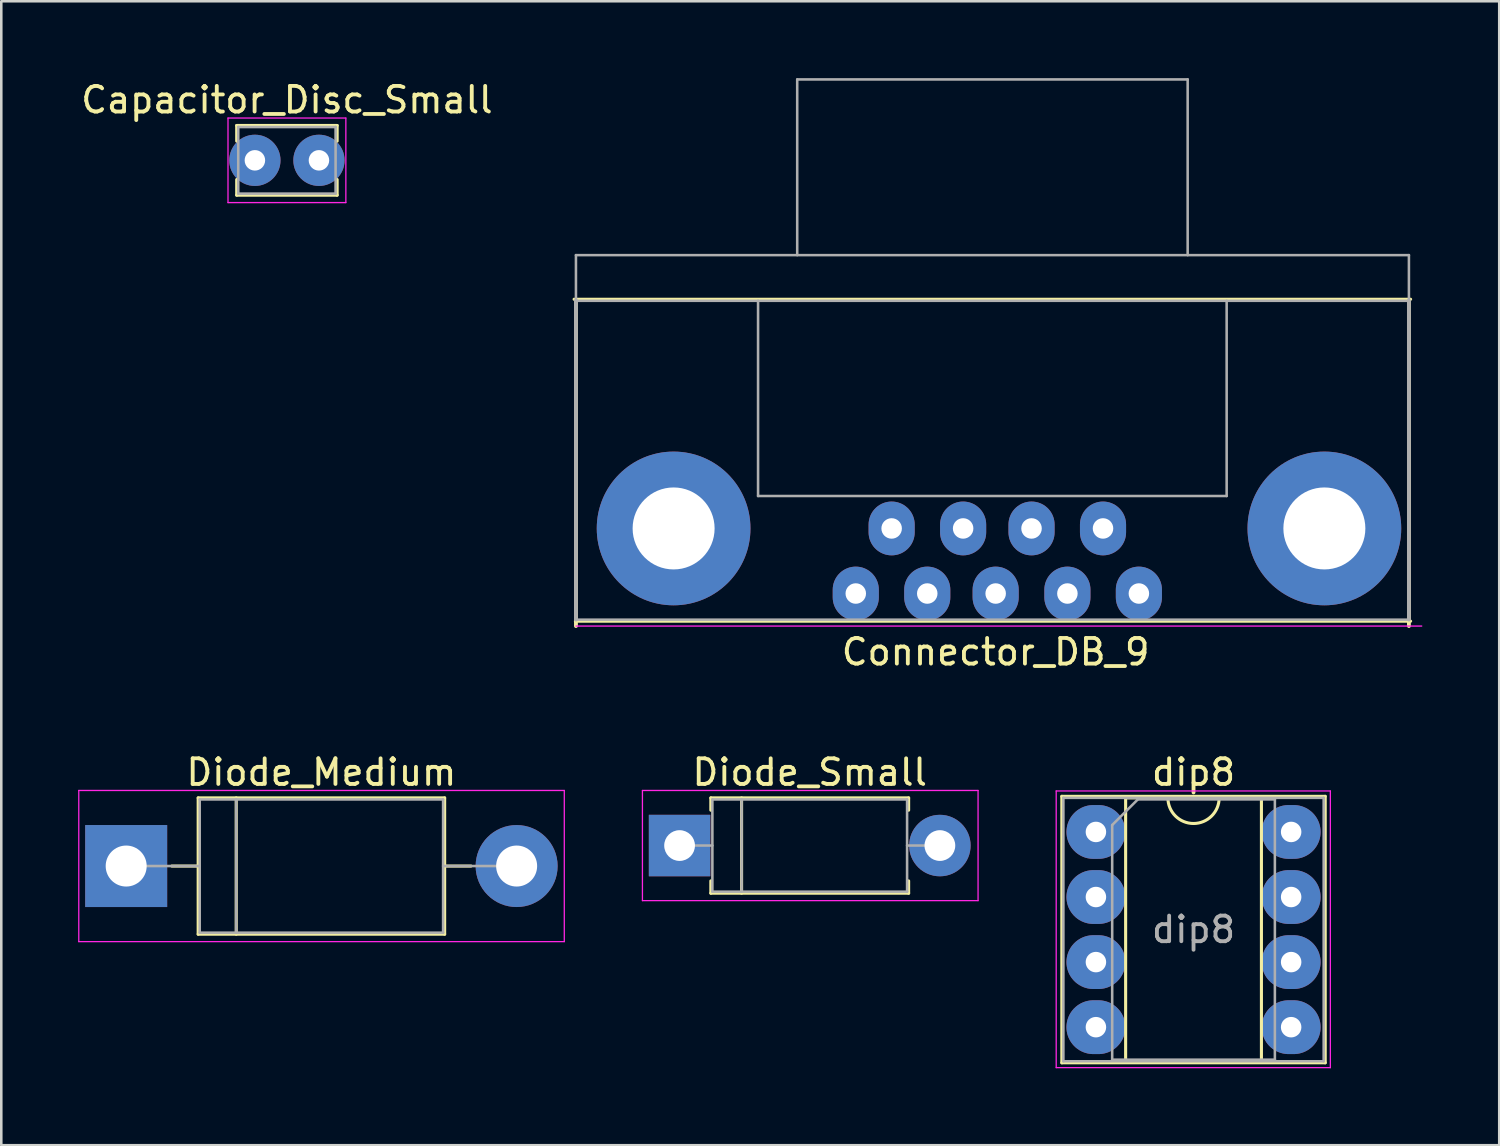
<source format=kicad_pcb>
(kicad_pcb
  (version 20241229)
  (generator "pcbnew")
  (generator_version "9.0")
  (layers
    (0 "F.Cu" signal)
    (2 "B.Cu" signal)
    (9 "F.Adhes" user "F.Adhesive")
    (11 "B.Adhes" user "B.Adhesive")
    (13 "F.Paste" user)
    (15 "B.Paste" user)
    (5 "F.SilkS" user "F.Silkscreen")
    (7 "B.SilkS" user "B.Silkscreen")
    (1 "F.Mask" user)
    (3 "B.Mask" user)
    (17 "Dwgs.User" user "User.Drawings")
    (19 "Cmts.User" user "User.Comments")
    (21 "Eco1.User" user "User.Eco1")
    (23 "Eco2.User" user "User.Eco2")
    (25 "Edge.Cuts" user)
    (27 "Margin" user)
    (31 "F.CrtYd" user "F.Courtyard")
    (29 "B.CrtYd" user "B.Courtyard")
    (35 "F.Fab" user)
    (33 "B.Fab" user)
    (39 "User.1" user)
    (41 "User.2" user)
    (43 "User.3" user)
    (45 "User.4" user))
  (footprint "Diode_Medium"
    (layer "F.Cu")
    (at 1.875 30.753)
    (property "Reference" "Diode_Medium" (at 7.62 -3.66 0) (layer "F.SilkS") (effects (font (size 1 1) (thickness 0.15))))
    (attr through_hole)
    (fp_line (start 1.78 0) (end 2.81 0) (stroke (width 0.12) (type solid)) (layer "F.SilkS"))
    (fp_line (start 2.81 -2.66) (end 2.81 2.66) (stroke (width 0.12) (type solid)) (layer "F.SilkS"))
    (fp_line (start 2.81 2.66) (end 12.43 2.66) (stroke (width 0.12) (type solid)) (layer "F.SilkS"))
    (fp_line (start 4.295 -2.66) (end 4.295 2.66) (stroke (width 0.12) (type solid)) (layer "F.SilkS"))
    (fp_line (start 12.43 -2.66) (end 2.81 -2.66) (stroke (width 0.12) (type solid)) (layer "F.SilkS"))
    (fp_line (start 12.43 2.66) (end 12.43 -2.66) (stroke (width 0.12) (type solid)) (layer "F.SilkS"))
    (fp_line (start 13.46 0) (end 12.43 0) (stroke (width 0.12) (type solid)) (layer "F.SilkS"))
    (fp_line (start -1.85 -2.95) (end -1.85 2.95) (stroke (width 0.05) (type solid)) (layer "F.CrtYd"))
    (fp_line (start -1.85 2.95) (end 17.1 2.95) (stroke (width 0.05) (type solid)) (layer "F.CrtYd"))
    (fp_line (start 17.1 -2.95) (end -1.85 -2.95) (stroke (width 0.05) (type solid)) (layer "F.CrtYd"))
    (fp_line (start 17.1 2.95) (end 17.1 -2.95) (stroke (width 0.05) (type solid)) (layer "F.CrtYd"))
    (fp_line (start 0 0) (end 2.87 0) (stroke (width 0.1) (type solid)) (layer "F.Fab"))
    (fp_line (start 2.87 -2.6) (end 2.87 2.6) (stroke (width 0.1) (type solid)) (layer "F.Fab"))
    (fp_line (start 2.87 2.6) (end 12.37 2.6) (stroke (width 0.1) (type solid)) (layer "F.Fab"))
    (fp_line (start 4.295 -2.6) (end 4.295 2.6) (stroke (width 0.1) (type solid)) (layer "F.Fab"))
    (fp_line (start 12.37 -2.6) (end 2.87 -2.6) (stroke (width 0.1) (type solid)) (layer "F.Fab"))
    (fp_line (start 12.37 2.6) (end 12.37 -2.6) (stroke (width 0.1) (type solid)) (layer "F.Fab"))
    (fp_line (start 15.24 0) (end 12.37 0) (stroke (width 0.1) (type solid)) (layer "F.Fab"))
    (pad "1" thru_hole rect (at 0 0) (size 3.2 3.2) (drill 1.6) (layers "*.Cu" "*.Mask"))
    (pad "2" thru_hole oval (at 15.24 0) (size 3.2 3.2) (drill 1.6) (layers "*.Cu" "*.Mask")))
  (footprint "Capacitor_Disc_Small"
    (layer "F.Cu")
    (at 6.899 3.208)
    (property "Reference" "Capacitor_Disc_Small" (at 1.25 -2.36 0) (layer "F.SilkS") (effects (font (size 1 1) (thickness 0.15))))
    (attr through_hole)
    (fp_line (start -0.71 -1.36) (end -0.71 -0.75) (stroke (width 0.12) (type solid)) (layer "F.SilkS"))
    (fp_line (start -0.71 -1.36) (end 3.21 -1.36) (stroke (width 0.12) (type solid)) (layer "F.SilkS"))
    (fp_line (start -0.71 0.75) (end -0.71 1.36) (stroke (width 0.12) (type solid)) (layer "F.SilkS"))
    (fp_line (start -0.71 1.36) (end 3.21 1.36) (stroke (width 0.12) (type solid)) (layer "F.SilkS"))
    (fp_line (start 3.21 -1.36) (end 3.21 -0.75) (stroke (width 0.12) (type solid)) (layer "F.SilkS"))
    (fp_line (start 3.21 0.75) (end 3.21 1.36) (stroke (width 0.12) (type solid)) (layer "F.SilkS"))
    (fp_line (start -1.05 -1.65) (end -1.05 1.65) (stroke (width 0.05) (type solid)) (layer "F.CrtYd"))
    (fp_line (start -1.05 1.65) (end 3.55 1.65) (stroke (width 0.05) (type solid)) (layer "F.CrtYd"))
    (fp_line (start 3.55 -1.65) (end -1.05 -1.65) (stroke (width 0.05) (type solid)) (layer "F.CrtYd"))
    (fp_line (start 3.55 1.65) (end 3.55 -1.65) (stroke (width 0.05) (type solid)) (layer "F.CrtYd"))
    (fp_line (start -0.65 -1.3) (end -0.65 1.3) (stroke (width 0.1) (type solid)) (layer "F.Fab"))
    (fp_line (start -0.65 1.3) (end 3.15 1.3) (stroke (width 0.1) (type solid)) (layer "F.Fab"))
    (fp_line (start 3.15 -1.3) (end -0.65 -1.3) (stroke (width 0.1) (type solid)) (layer "F.Fab"))
    (fp_line (start 3.15 1.3) (end 3.15 -1.3) (stroke (width 0.1) (type solid)) (layer "F.Fab"))
    (pad "1" thru_hole circle (at 0 0) (size 2 2) (drill 0.8) (layers "*.Cu" "*.Mask"))
    (pad "2" thru_hole circle (at 2.5 0) (size 2 2) (drill 0.8) (layers "*.Cu" "*.Mask")))
  (footprint "Connector_DB_9"
    (layer "F.Cu")
    (at 30.352 20.116)
    (property "Reference" "Connector_DB_9" (at 5.46 2.28 0) (layer "F.SilkS") (effects (font (size 1 1) (thickness 0.15))))
    (attr through_hole)
    (fp_line (start -10.944 1.08) (end 21.656 1.08) (stroke (width 0.12) (type solid)) (layer "F.SilkS"))
    (fp_line (start -10.922 -11.43) (end -10.922 1.27) (stroke (width 0.15) (type solid)) (layer "F.SilkS"))
    (fp_line (start 21.59 -11.43) (end 21.59 1.016) (stroke (width 0.15) (type solid)) (layer "F.SilkS"))
    (fp_line (start 21.59 1.016) (end 21.59 1.27) (stroke (width 0.15) (type solid)) (layer "F.SilkS"))
    (fp_line (start 21.656 -11.486) (end -10.994 -11.486) (stroke (width 0.12) (type solid)) (layer "F.SilkS"))
    (fp_line (start 22.09 1.27) (end -10.92 1.27) (stroke (width 0.05) (type solid)) (layer "F.CrtYd"))
    (fp_line (start -10.924 1.02) (end 21.586 1.02) (stroke (width 0.1) (type solid)) (layer "F.Fab"))
    (fp_line (start -10.922 -13.208) (end -10.922 -11.303) (stroke (width 0.1) (type solid)) (layer "F.Fab"))
    (fp_line (start -10.922 -11.43) (end -10.922 1.016) (stroke (width 0.15) (type solid)) (layer "F.Fab"))
    (fp_line (start -3.814 -11.426) (end -3.814 -3.806) (stroke (width 0.1) (type solid)) (layer "F.Fab"))
    (fp_line (start -3.814 -3.806) (end 14.476 -3.806) (stroke (width 0.1) (type solid)) (layer "F.Fab"))
    (fp_line (start -2.286 -20.066) (end -2.286 -13.208) (stroke (width 0.1) (type solid)) (layer "F.Fab"))
    (fp_line (start -2.284 -20.066) (end 12.956 -20.066) (stroke (width 0.1) (type solid)) (layer "F.Fab"))
    (fp_line (start 12.954 -20.066) (end 12.954 -13.208) (stroke (width 0.1) (type solid)) (layer "F.Fab"))
    (fp_line (start 14.476 -3.806) (end 14.476 -11.426) (stroke (width 0.1) (type solid)) (layer "F.Fab"))
    (fp_line (start 21.586 -11.426) (end -10.924 -11.426) (stroke (width 0.1) (type solid)) (layer "F.Fab"))
    (fp_line (start 21.59 -13.208) (end -10.922 -13.208) (stroke (width 0.1) (type solid)) (layer "F.Fab"))
    (fp_line (start 21.59 -11.43) (end 21.59 1.016) (stroke (width 0.15) (type solid)) (layer "F.Fab"))
    (fp_line (start 21.59 -11.303) (end 21.59 -13.208) (stroke (width 0.1) (type solid)) (layer "F.Fab"))
    (pad "0" thru_hole circle (at -7.11 -2.54) (size 6 6) (drill 3.2) (layers "*.Cu" "*.Mask"))
    (pad "0" thru_hole circle (at 18.29 -2.54) (size 6 6) (drill 3.2) (layers "*.Cu" "*.Mask"))
    (pad "1" thru_hole oval (at 0 0) (size 1.8 2.1) (drill 0.8) (layers "*.Cu" "*.Mask"))
    (pad "2" thru_hole oval (at 2.79 0) (size 1.8 2.1) (drill 0.8) (layers "*.Cu" "*.Mask"))
    (pad "3" thru_hole oval (at 5.46 0) (size 1.8 2.1) (drill 0.8) (layers "*.Cu" "*.Mask"))
    (pad "4" thru_hole oval (at 8.26 0) (size 1.8 2.1) (drill 0.8) (layers "*.Cu" "*.Mask"))
    (pad "5" thru_hole oval (at 11.05 0) (size 1.8 2.1) (drill 0.8) (layers "*.Cu" "*.Mask"))
    (pad "6" thru_hole oval (at 1.4 -2.54) (size 1.8 2.1) (drill 0.8) (layers "*.Cu" "*.Mask"))
    (pad "7" thru_hole oval (at 4.19 -2.54) (size 1.8 2.1) (drill 0.8) (layers "*.Cu" "*.Mask"))
    (pad "8" thru_hole oval (at 6.86 -2.54) (size 1.8 2.1) (drill 0.8) (layers "*.Cu" "*.Mask"))
    (pad "9" thru_hole oval (at 9.65 -2.54) (size 1.8 2.1) (drill 0.8) (layers "*.Cu" "*.Mask")))
  (footprint "dip8"
    (layer "F.Cu")
    (at 39.725 29.422)
    (property "Reference" "dip8" (at 3.81 -2.33 0) (layer "F.SilkS") (effects (font (size 1 1) (thickness 0.15))))
    (attr through_hole)
    (fp_line (start -1.33 -1.39) (end -1.33 9.01) (stroke (width 0.12) (type solid)) (layer "F.SilkS"))
    (fp_line (start -1.33 9.01) (end 8.95 9.01) (stroke (width 0.12) (type solid)) (layer "F.SilkS"))
    (fp_line (start 1.16 -1.33) (end 1.16 8.95) (stroke (width 0.12) (type solid)) (layer "F.SilkS"))
    (fp_line (start 1.16 8.95) (end 6.46 8.95) (stroke (width 0.12) (type solid)) (layer "F.SilkS"))
    (fp_line (start 2.81 -1.33) (end 1.16 -1.33) (stroke (width 0.12) (type solid)) (layer "F.SilkS"))
    (fp_line (start 6.46 -1.33) (end 4.81 -1.33) (stroke (width 0.12) (type solid)) (layer "F.SilkS"))
    (fp_line (start 6.46 8.95) (end 6.46 -1.33) (stroke (width 0.12) (type solid)) (layer "F.SilkS"))
    (fp_line (start 8.95 -1.39) (end -1.33 -1.39) (stroke (width 0.12) (type solid)) (layer "F.SilkS"))
    (fp_line (start 8.95 9.01) (end 8.95 -1.39) (stroke (width 0.12) (type solid)) (layer "F.SilkS"))
    (fp_arc (start 4.81 -1.33) (mid 3.81 -0.33) (end 2.81 -1.33) (stroke (width 0.12) (type solid)) (layer "F.SilkS"))
    (fp_line (start -1.55 -1.6) (end -1.55 9.2) (stroke (width 0.05) (type solid)) (layer "F.CrtYd"))
    (fp_line (start -1.55 9.2) (end 9.15 9.2) (stroke (width 0.05) (type solid)) (layer "F.CrtYd"))
    (fp_line (start 9.15 -1.6) (end -1.55 -1.6) (stroke (width 0.05) (type solid)) (layer "F.CrtYd"))
    (fp_line (start 9.15 9.2) (end 9.15 -1.6) (stroke (width 0.05) (type solid)) (layer "F.CrtYd"))
    (fp_line (start -1.27 -1.33) (end -1.27 8.95) (stroke (width 0.1) (type solid)) (layer "F.Fab"))
    (fp_line (start -1.27 8.95) (end 8.89 8.95) (stroke (width 0.1) (type solid)) (layer "F.Fab"))
    (fp_line (start 0.635 -0.27) (end 1.635 -1.27) (stroke (width 0.1) (type solid)) (layer "F.Fab"))
    (fp_line (start 0.635 8.89) (end 0.635 -0.27) (stroke (width 0.1) (type solid)) (layer "F.Fab"))
    (fp_line (start 1.635 -1.27) (end 6.985 -1.27) (stroke (width 0.1) (type solid)) (layer "F.Fab"))
    (fp_line (start 6.985 -1.27) (end 6.985 8.89) (stroke (width 0.1) (type solid)) (layer "F.Fab"))
    (fp_line (start 6.985 8.89) (end 0.635 8.89) (stroke (width 0.1) (type solid)) (layer "F.Fab"))
    (fp_line (start 8.89 -1.33) (end -1.27 -1.33) (stroke (width 0.1) (type solid)) (layer "F.Fab"))
    (fp_line (start 8.89 8.95) (end 8.89 -1.33) (stroke (width 0.1) (type solid)) (layer "F.Fab"))
    (fp_text user "${REFERENCE}" (at 3.81 3.81 0) (layer "F.Fab") (effects (font (size 1 1) (thickness 0.15))))
    (pad "1" thru_hole oval (at 0 0) (size 2.3 2.1) (drill 0.8) (layers "*.Cu" "*.Mask"))
    (pad "2" thru_hole oval (at 0 2.54) (size 2.3 2.1) (drill 0.8) (layers "*.Cu" "*.Mask"))
    (pad "3" thru_hole oval (at 0 5.08) (size 2.3 2.1) (drill 0.8) (layers "*.Cu" "*.Mask"))
    (pad "4" thru_hole oval (at 0 7.62) (size 2.3 2.1) (drill 0.8) (layers "*.Cu" "*.Mask"))
    (pad "5" thru_hole oval (at 7.62 7.62) (size 2.3 2.1) (drill 0.8) (layers "*.Cu" "*.Mask"))
    (pad "6" thru_hole oval (at 7.62 5.08) (size 2.3 2.1) (drill 0.8) (layers "*.Cu" "*.Mask"))
    (pad "7" thru_hole oval (at 7.62 2.54) (size 2.3 2.1) (drill 0.8) (layers "*.Cu" "*.Mask"))
    (pad "8" thru_hole oval (at 7.62 0) (size 2.3 2.1) (drill 0.8) (layers "*.Cu" "*.Mask")))
  (footprint "Diode_Small"
    (layer "F.Cu")
    (at 23.475 29.953)
    (property "Reference" "Diode_Small" (at 5.08 -2.86 0) (layer "F.SilkS") (effects (font (size 1 1) (thickness 0.15))))
    (attr through_hole)
    (fp_line (start 1.22 -1.86) (end 8.94 -1.86) (stroke (width 0.12) (type solid)) (layer "F.SilkS"))
    (fp_line (start 1.22 -1.38) (end 1.22 -1.86) (stroke (width 0.12) (type solid)) (layer "F.SilkS"))
    (fp_line (start 1.22 1.38) (end 1.22 1.86) (stroke (width 0.12) (type solid)) (layer "F.SilkS"))
    (fp_line (start 1.22 1.86) (end 8.94 1.86) (stroke (width 0.12) (type solid)) (layer "F.SilkS"))
    (fp_line (start 2.42 -1.86) (end 2.42 1.86) (stroke (width 0.12) (type solid)) (layer "F.SilkS"))
    (fp_line (start 8.94 -1.86) (end 8.94 -1.38) (stroke (width 0.12) (type solid)) (layer "F.SilkS"))
    (fp_line (start 8.94 1.86) (end 8.94 1.38) (stroke (width 0.12) (type solid)) (layer "F.SilkS"))
    (fp_line (start -1.45 -2.15) (end -1.45 2.15) (stroke (width 0.05) (type solid)) (layer "F.CrtYd"))
    (fp_line (start -1.45 2.15) (end 11.65 2.15) (stroke (width 0.05) (type solid)) (layer "F.CrtYd"))
    (fp_line (start 11.65 -2.15) (end -1.45 -2.15) (stroke (width 0.05) (type solid)) (layer "F.CrtYd"))
    (fp_line (start 11.65 2.15) (end 11.65 -2.15) (stroke (width 0.05) (type solid)) (layer "F.CrtYd"))
    (fp_line (start 0 0) (end 1.28 0) (stroke (width 0.1) (type solid)) (layer "F.Fab"))
    (fp_line (start 1.28 -1.8) (end 1.28 1.8) (stroke (width 0.1) (type solid)) (layer "F.Fab"))
    (fp_line (start 1.28 1.8) (end 8.88 1.8) (stroke (width 0.1) (type solid)) (layer "F.Fab"))
    (fp_line (start 2.42 -1.8) (end 2.42 1.8) (stroke (width 0.1) (type solid)) (layer "F.Fab"))
    (fp_line (start 8.88 -1.8) (end 1.28 -1.8) (stroke (width 0.1) (type solid)) (layer "F.Fab"))
    (fp_line (start 8.88 1.8) (end 8.88 -1.8) (stroke (width 0.1) (type solid)) (layer "F.Fab"))
    (fp_line (start 10.16 0) (end 8.88 0) (stroke (width 0.1) (type solid)) (layer "F.Fab"))
    (pad "1" thru_hole rect (at 0 0) (size 2.4 2.4) (drill 1.2) (layers "*.Cu" "*.Mask"))
    (pad "2" thru_hole oval (at 10.16 0) (size 2.4 2.4) (drill 1.2) (layers "*.Cu" "*.Mask")))
  (gr_rect
    (start -3 -3)
    (end 55.467 41.648)
    (stroke (width 0.1) (type default))
    (fill no)
    (layer "Edge.Cuts")))
</source>
